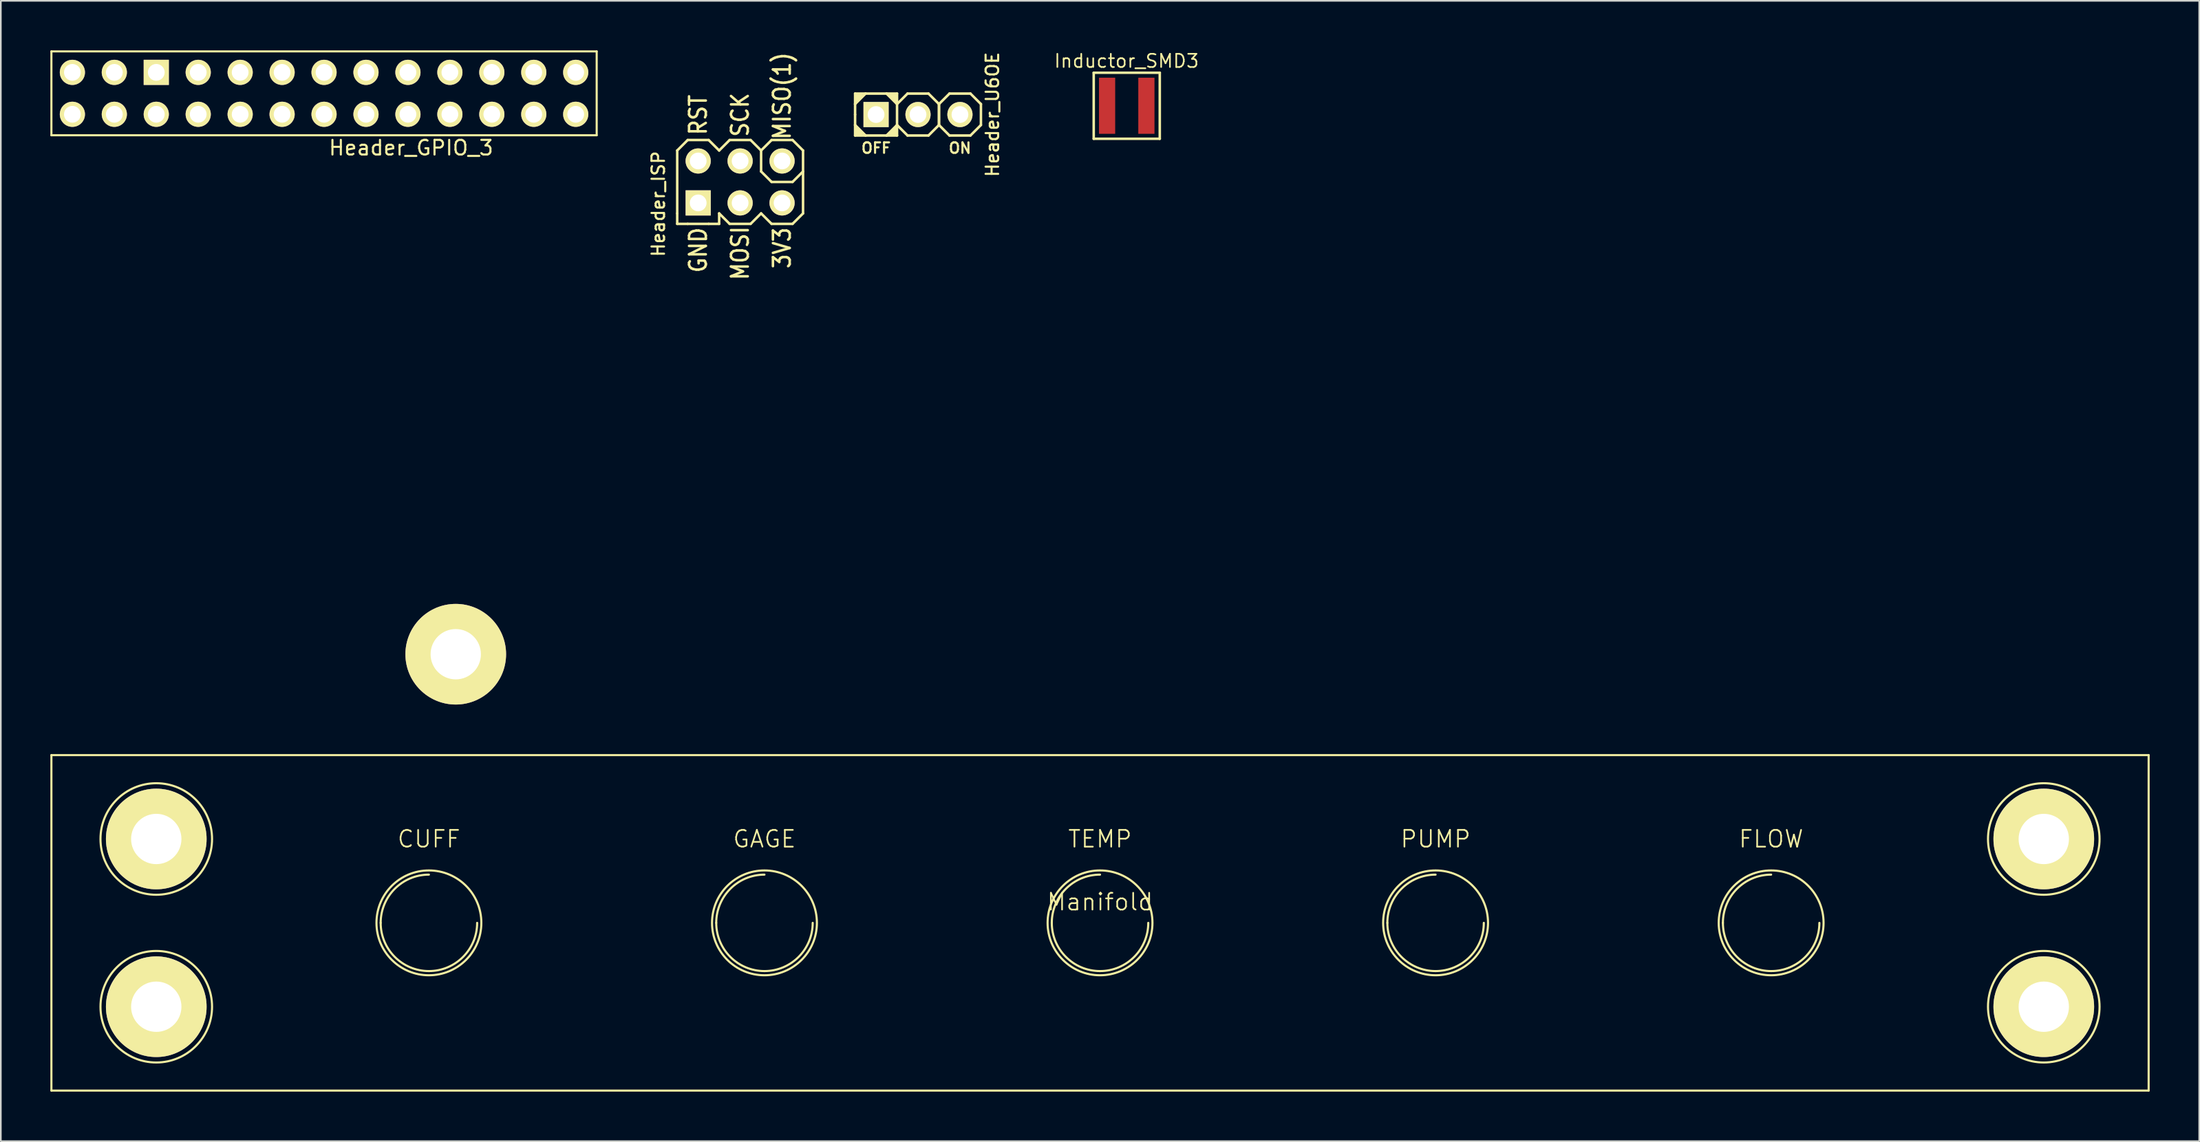
<source format=kicad_pcb>
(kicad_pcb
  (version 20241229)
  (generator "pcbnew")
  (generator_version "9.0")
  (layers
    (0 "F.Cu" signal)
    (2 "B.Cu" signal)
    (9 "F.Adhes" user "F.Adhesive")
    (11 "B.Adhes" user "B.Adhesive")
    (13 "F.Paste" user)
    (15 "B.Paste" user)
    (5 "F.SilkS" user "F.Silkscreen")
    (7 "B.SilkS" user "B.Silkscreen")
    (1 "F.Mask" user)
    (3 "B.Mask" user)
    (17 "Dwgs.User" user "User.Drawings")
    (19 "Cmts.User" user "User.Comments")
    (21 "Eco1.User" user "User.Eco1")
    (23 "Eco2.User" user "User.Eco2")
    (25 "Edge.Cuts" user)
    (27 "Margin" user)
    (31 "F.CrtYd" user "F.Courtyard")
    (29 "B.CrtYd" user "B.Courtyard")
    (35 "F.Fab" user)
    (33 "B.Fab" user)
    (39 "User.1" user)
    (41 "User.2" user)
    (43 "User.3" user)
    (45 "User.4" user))
  (footprint "Header_U6OE"
    (layer "F.Cu")
    (at 52.541 3.888)
    (property "Reference" "Header_U6OE" (at 4.508 0 90) (layer "F.SilkS") (effects (font (size 0.762 0.762) (thickness 0.127))))
    (attr smd)
    (fp_line (start -3.81 -1.27) (end -3.175 -1.27) (stroke (width 0.152) (type solid)) (layer "F.SilkS"))
    (fp_line (start -3.81 -0.635) (end -3.81 -1.27) (stroke (width 0.152) (type solid)) (layer "F.SilkS"))
    (fp_line (start -3.81 -0.635) (end -3.81 0) (stroke (width 0.152) (type solid)) (layer "F.SilkS"))
    (fp_line (start -3.81 0) (end -3.81 0.635) (stroke (width 0.152) (type solid)) (layer "F.SilkS"))
    (fp_line (start -3.81 0.635) (end -3.175 1.27) (stroke (width 0.152) (type solid)) (layer "F.SilkS"))
    (fp_line (start -3.81 1.27) (end -3.81 0.635) (stroke (width 0.152) (type solid)) (layer "F.SilkS"))
    (fp_line (start -3.683 -1.206) (end -3.683 -0.826) (stroke (width 0.152) (type solid)) (layer "F.SilkS"))
    (fp_line (start -3.683 1.206) (end -3.683 0.826) (stroke (width 0.152) (type solid)) (layer "F.SilkS"))
    (fp_line (start -3.556 -1.206) (end -3.556 -0.953) (stroke (width 0.152) (type solid)) (layer "F.SilkS"))
    (fp_line (start -3.556 1.206) (end -3.556 0.953) (stroke (width 0.152) (type solid)) (layer "F.SilkS"))
    (fp_line (start -3.429 -1.206) (end -3.429 -1.079) (stroke (width 0.152) (type solid)) (layer "F.SilkS"))
    (fp_line (start -3.429 1.206) (end -3.429 1.079) (stroke (width 0.152) (type solid)) (layer "F.SilkS"))
    (fp_line (start -3.175 -1.27) (end -3.81 -0.635) (stroke (width 0.152) (type solid)) (layer "F.SilkS"))
    (fp_line (start -3.175 1.27) (end -3.81 1.27) (stroke (width 0.152) (type solid)) (layer "F.SilkS"))
    (fp_line (start -3.175 1.27) (end -1.905 1.27) (stroke (width 0.152) (type solid)) (layer "F.SilkS"))
    (fp_line (start -1.905 -1.27) (end -3.175 -1.27) (stroke (width 0.152) (type solid)) (layer "F.SilkS"))
    (fp_line (start -1.905 -1.27) (end -1.27 -1.27) (stroke (width 0.152) (type solid)) (layer "F.SilkS"))
    (fp_line (start -1.905 1.27) (end -1.27 0.635) (stroke (width 0.152) (type solid)) (layer "F.SilkS"))
    (fp_line (start -1.651 -1.206) (end -1.651 -1.079) (stroke (width 0.152) (type solid)) (layer "F.SilkS"))
    (fp_line (start -1.651 1.206) (end -1.651 1.079) (stroke (width 0.152) (type solid)) (layer "F.SilkS"))
    (fp_line (start -1.524 -1.206) (end -1.524 -0.953) (stroke (width 0.152) (type solid)) (layer "F.SilkS"))
    (fp_line (start -1.524 1.206) (end -1.524 0.953) (stroke (width 0.152) (type solid)) (layer "F.SilkS"))
    (fp_line (start -1.397 -1.206) (end -1.397 -0.826) (stroke (width 0.152) (type solid)) (layer "F.SilkS"))
    (fp_line (start -1.397 1.206) (end -1.397 0.826) (stroke (width 0.152) (type solid)) (layer "F.SilkS"))
    (fp_line (start -1.27 -1.27) (end -1.27 -0.699) (stroke (width 0.152) (type solid)) (layer "F.SilkS"))
    (fp_line (start -1.27 -0.635) (end -1.905 -1.27) (stroke (width 0.152) (type solid)) (layer "F.SilkS"))
    (fp_line (start -1.27 -0.635) (end -1.27 0.635) (stroke (width 0.152) (type solid)) (layer "F.SilkS"))
    (fp_line (start -1.27 0.635) (end -1.27 1.27) (stroke (width 0.152) (type solid)) (layer "F.SilkS"))
    (fp_line (start -1.27 0.635) (end -0.635 1.27) (stroke (width 0.152) (type solid)) (layer "F.SilkS"))
    (fp_line (start -1.27 1.27) (end -1.905 1.27) (stroke (width 0.152) (type solid)) (layer "F.SilkS"))
    (fp_line (start -0.635 -1.27) (end -1.27 -0.635) (stroke (width 0.152) (type solid)) (layer "F.SilkS"))
    (fp_line (start -0.635 1.27) (end 0.635 1.27) (stroke (width 0.152) (type solid)) (layer "F.SilkS"))
    (fp_line (start 0.635 -1.27) (end -0.635 -1.27) (stroke (width 0.152) (type solid)) (layer "F.SilkS"))
    (fp_line (start 0.635 1.27) (end 1.27 0.635) (stroke (width 0.152) (type solid)) (layer "F.SilkS"))
    (fp_line (start 1.27 -0.635) (end 0.635 -1.27) (stroke (width 0.152) (type solid)) (layer "F.SilkS"))
    (fp_line (start 1.27 -0.635) (end 1.27 0.635) (stroke (width 0.152) (type solid)) (layer "F.SilkS"))
    (fp_line (start 1.27 0.635) (end 1.27 -0.635) (stroke (width 0.152) (type solid)) (layer "F.SilkS"))
    (fp_line (start 1.27 0.635) (end 1.905 1.27) (stroke (width 0.152) (type solid)) (layer "F.SilkS"))
    (fp_line (start 1.905 -1.27) (end 1.27 -0.635) (stroke (width 0.152) (type solid)) (layer "F.SilkS"))
    (fp_line (start 1.905 1.27) (end 3.175 1.27) (stroke (width 0.152) (type solid)) (layer "F.SilkS"))
    (fp_line (start 3.175 -1.27) (end 1.905 -1.27) (stroke (width 0.152) (type solid)) (layer "F.SilkS"))
    (fp_line (start 3.175 1.27) (end 3.81 0.635) (stroke (width 0.152) (type solid)) (layer "F.SilkS"))
    (fp_line (start 3.81 -0.635) (end 3.175 -1.27) (stroke (width 0.152) (type solid)) (layer "F.SilkS"))
    (fp_line (start 3.81 0.635) (end 3.81 -0.635) (stroke (width 0.152) (type solid)) (layer "F.SilkS"))
    (fp_text user "ON" (at 2.54 2.032 0) (layer "F.SilkS") (effects (font (size 0.635 0.635) (thickness 0.127))))
    (fp_text user "OFF" (at -2.54 2.032 0) (layer "F.SilkS") (effects (font (size 0.635 0.635) (thickness 0.127))))
    (pad "1" thru_hole circle (at 2.54 0) (size 1.524 1.524) (drill 1.016) (layers "*.Cu" "*.Mask" "F.SilkS"))
    (pad "2" thru_hole circle (at 0 0) (size 1.524 1.524) (drill 1.016) (layers "*.Cu" "*.Mask" "F.SilkS"))
    (pad "3" thru_hole rect (at -2.54 0) (size 1.524 1.524) (drill 1.016) (layers "*.Cu" "*.Mask" "F.SilkS")))
  (footprint "Header_ISP"
    (layer "F.Cu")
    (at 41.769 7.971)
    (property "Reference" "Header_ISP" (at -4.953 1.333 90) (layer "F.SilkS") (effects (font (size 0.762 0.762) (thickness 0.127))))
    (attr smd)
    (fp_line (start -3.81 -1.905) (end -3.175 -2.54) (stroke (width 0.152) (type solid)) (layer "F.SilkS"))
    (fp_line (start -3.81 1.905) (end -3.81 -1.905) (stroke (width 0.152) (type solid)) (layer "F.SilkS"))
    (fp_line (start -3.81 2.54) (end -3.81 1.905) (stroke (width 0.152) (type solid)) (layer "F.SilkS"))
    (fp_line (start -3.175 -2.54) (end -1.905 -2.54) (stroke (width 0.152) (type solid)) (layer "F.SilkS"))
    (fp_line (start -3.175 2.54) (end -3.81 2.54) (stroke (width 0.152) (type solid)) (layer "F.SilkS"))
    (fp_line (start -1.905 -2.54) (end -1.27 -1.905) (stroke (width 0.152) (type solid)) (layer "F.SilkS"))
    (fp_line (start -1.905 2.54) (end -3.175 2.54) (stroke (width 0.152) (type solid)) (layer "F.SilkS"))
    (fp_line (start -1.905 2.54) (end -1.27 2.54) (stroke (width 0.152) (type solid)) (layer "F.SilkS"))
    (fp_line (start -1.27 -1.905) (end -0.635 -2.54) (stroke (width 0.152) (type solid)) (layer "F.SilkS"))
    (fp_line (start -1.27 2.54) (end -1.27 1.905) (stroke (width 0.152) (type solid)) (layer "F.SilkS"))
    (fp_line (start -0.635 -2.54) (end 0.635 -2.54) (stroke (width 0.152) (type solid)) (layer "F.SilkS"))
    (fp_line (start -0.635 2.54) (end -1.27 1.905) (stroke (width 0.152) (type solid)) (layer "F.SilkS"))
    (fp_line (start 0.635 -2.54) (end 1.27 -1.905) (stroke (width 0.152) (type solid)) (layer "F.SilkS"))
    (fp_line (start 0.635 2.54) (end -0.635 2.54) (stroke (width 0.152) (type solid)) (layer "F.SilkS"))
    (fp_line (start 1.27 -1.905) (end 1.27 -0.635) (stroke (width 0.152) (type solid)) (layer "F.SilkS"))
    (fp_line (start 1.27 -1.905) (end 1.905 -2.54) (stroke (width 0.152) (type solid)) (layer "F.SilkS"))
    (fp_line (start 1.27 -0.635) (end 1.905 0) (stroke (width 0.152) (type solid)) (layer "F.SilkS"))
    (fp_line (start 1.27 1.905) (end 0.635 2.54) (stroke (width 0.152) (type solid)) (layer "F.SilkS"))
    (fp_line (start 1.905 -2.54) (end 3.175 -2.54) (stroke (width 0.152) (type solid)) (layer "F.SilkS"))
    (fp_line (start 1.905 0) (end 3.175 0) (stroke (width 0.152) (type solid)) (layer "F.SilkS"))
    (fp_line (start 1.905 2.54) (end 1.27 1.905) (stroke (width 0.152) (type solid)) (layer "F.SilkS"))
    (fp_line (start 3.175 -2.54) (end 3.81 -1.905) (stroke (width 0.152) (type solid)) (layer "F.SilkS"))
    (fp_line (start 3.175 0) (end 3.81 -0.635) (stroke (width 0.152) (type solid)) (layer "F.SilkS"))
    (fp_line (start 3.175 2.54) (end 1.905 2.54) (stroke (width 0.152) (type solid)) (layer "F.SilkS"))
    (fp_line (start 3.81 -1.905) (end 3.81 1.905) (stroke (width 0.152) (type solid)) (layer "F.SilkS"))
    (fp_line (start 3.81 1.905) (end 3.175 2.54) (stroke (width 0.152) (type solid)) (layer "F.SilkS"))
    (fp_text user "GND" (at -2.54 4.128 270) (layer "F.SilkS") (effects (font (size 1.016 0.889) (thickness 0.152))))
    (fp_text user "SCK" (at 0 -4.064 270) (layer "F.SilkS") (effects (font (size 1.016 0.889) (thickness 0.152))))
    (fp_text user "RST" (at -2.54 -4.064 270) (layer "F.SilkS") (effects (font (size 1.016 0.889) (thickness 0.152))))
    (fp_text user "3V3" (at 2.54 4 270) (layer "F.SilkS") (effects (font (size 1.016 0.889) (thickness 0.152))))
    (fp_text user "MOSI" (at 0 4.318 270) (layer "F.SilkS") (effects (font (size 1.016 0.889) (thickness 0.152))))
    (fp_text user "MISO(1)" (at 2.54 -5.207 270) (layer "F.SilkS") (effects (font (size 1.016 0.889) (thickness 0.152))))
    (pad "1" thru_hole circle (at 2.54 -1.27) (size 1.524 1.524) (drill 1.016) (layers "*.Cu" "*.Mask" "F.SilkS"))
    (pad "2" thru_hole circle (at 2.54 1.27) (size 1.524 1.524) (drill 1.016) (layers "*.Cu" "*.Mask" "F.SilkS"))
    (pad "3" thru_hole circle (at 0 -1.27) (size 1.524 1.524) (drill 1.016) (layers "*.Cu" "*.Mask" "F.SilkS"))
    (pad "4" thru_hole circle (at 0 1.27) (size 1.524 1.524) (drill 1.016) (layers "*.Cu" "*.Mask" "F.SilkS"))
    (pad "5" thru_hole circle (at -2.54 -1.27) (size 1.524 1.524) (drill 1.016) (layers "*.Cu" "*.Mask" "F.SilkS"))
    (pad "6" thru_hole rect (at -2.54 1.27) (size 1.524 1.524) (drill 1.016) (layers "*.Cu" "*.Mask" "F.SilkS")))
  (footprint "Header_GPIO_3"
    (layer "F.Cu")
    (at 16.573 2.603)
    (property "Reference" "Header_GPIO_3" (at 5.271 3.302 0) (layer "F.SilkS") (effects (font (size 0.889 0.889) (thickness 0.127))))
    (attr smd)
    (fp_line (start -16.51 -2.54) (end -16.51 2.54) (stroke (width 0.127) (type solid)) (layer "F.SilkS"))
    (fp_line (start -16.51 2.54) (end 16.51 2.54) (stroke (width 0.127) (type solid)) (layer "F.SilkS"))
    (fp_line (start 16.51 -2.54) (end -16.51 -2.54) (stroke (width 0.127) (type solid)) (layer "F.SilkS"))
    (fp_line (start 16.51 2.54) (end 16.51 -2.54) (stroke (width 0.127) (type solid)) (layer "F.SilkS"))
    (pad "" thru_hole circle (at 7.975 33.975) (size 6.096 6.096) (drill 3.048) (layers "*.Cu" "*.Mask" "F.SilkS"))
    (pad "1" thru_hole circle (at -15.24 1.27) (size 1.524 1.524) (drill 1.016) (layers "*.Cu" "*.Mask" "F.SilkS"))
    (pad "2" thru_hole circle (at -15.24 -1.27) (size 1.524 1.524) (drill 1.016) (layers "*.Cu" "*.Mask" "F.SilkS"))
    (pad "3" thru_hole circle (at -12.7 1.27) (size 1.524 1.524) (drill 1.016) (layers "*.Cu" "*.Mask" "F.SilkS"))
    (pad "4" thru_hole circle (at -12.7 -1.27) (size 1.524 1.524) (drill 1.016) (layers "*.Cu" "*.Mask" "F.SilkS"))
    (pad "5" thru_hole circle (at -10.16 1.27) (size 1.524 1.524) (drill 1.016) (layers "*.Cu" "*.Mask" "F.SilkS"))
    (pad "6" thru_hole rect (at -10.16 -1.27) (size 1.524 1.524) (drill 1.016) (layers "*.Cu" "*.Mask" "F.SilkS"))
    (pad "7" thru_hole circle (at -7.62 1.27) (size 1.524 1.524) (drill 1.016) (layers "*.Cu" "*.Mask" "F.SilkS"))
    (pad "8" thru_hole circle (at -7.62 -1.27) (size 1.524 1.524) (drill 1.016) (layers "*.Cu" "*.Mask" "F.SilkS"))
    (pad "9" thru_hole circle (at -5.08 1.27) (size 1.524 1.524) (drill 1.016) (layers "*.Cu" "*.Mask" "F.SilkS"))
    (pad "10" thru_hole circle (at -5.08 -1.27) (size 1.524 1.524) (drill 1.016) (layers "*.Cu" "*.Mask" "F.SilkS"))
    (pad "11" thru_hole circle (at -2.54 1.27) (size 1.524 1.524) (drill 1.016) (layers "*.Cu" "*.Mask" "F.SilkS"))
    (pad "12" thru_hole circle (at -2.54 -1.27) (size 1.524 1.524) (drill 1.016) (layers "*.Cu" "*.Mask" "F.SilkS"))
    (pad "13" thru_hole circle (at 0 1.27) (size 1.524 1.524) (drill 1.016) (layers "*.Cu" "*.Mask" "F.SilkS"))
    (pad "14" thru_hole circle (at 0 -1.27) (size 1.524 1.524) (drill 1.016) (layers "*.Cu" "*.Mask" "F.SilkS"))
    (pad "15" thru_hole circle (at 2.54 1.27) (size 1.524 1.524) (drill 1.016) (layers "*.Cu" "*.Mask" "F.SilkS"))
    (pad "16" thru_hole circle (at 2.54 -1.27) (size 1.524 1.524) (drill 1.016) (layers "*.Cu" "*.Mask" "F.SilkS"))
    (pad "17" thru_hole circle (at 5.08 1.27) (size 1.524 1.524) (drill 1.016) (layers "*.Cu" "*.Mask" "F.SilkS"))
    (pad "18" thru_hole circle (at 5.08 -1.27) (size 1.524 1.524) (drill 1.016) (layers "*.Cu" "*.Mask" "F.SilkS"))
    (pad "19" thru_hole circle (at 7.62 1.27) (size 1.524 1.524) (drill 1.016) (layers "*.Cu" "*.Mask" "F.SilkS"))
    (pad "20" thru_hole circle (at 7.62 -1.27) (size 1.524 1.524) (drill 1.016) (layers "*.Cu" "*.Mask" "F.SilkS"))
    (pad "21" thru_hole circle (at 10.16 1.27) (size 1.524 1.524) (drill 1.016) (layers "*.Cu" "*.Mask" "F.SilkS"))
    (pad "22" thru_hole circle (at 10.16 -1.27) (size 1.524 1.524) (drill 1.016) (layers "*.Cu" "*.Mask" "F.SilkS"))
    (pad "23" thru_hole circle (at 12.7 1.27) (size 1.524 1.524) (drill 1.016) (layers "*.Cu" "*.Mask" "F.SilkS"))
    (pad "24" thru_hole circle (at 12.7 -1.27) (size 1.524 1.524) (drill 1.016) (layers "*.Cu" "*.Mask" "F.SilkS"))
    (pad "25" thru_hole circle (at 15.24 1.27) (size 1.524 1.524) (drill 1.016) (layers "*.Cu" "*.Mask" "F.SilkS"))
    (pad "26" thru_hole circle (at 15.24 -1.27) (size 1.524 1.524) (drill 1.016) (layers "*.Cu" "*.Mask" "F.SilkS")))
  (footprint "Manifold"
    (layer "F.Cu")
    (at 63.563 52.85)
    (property "Reference" "Manifold" (at 0 -1.27 0) (layer "F.SilkS") (effects (font (size 1.016 1.016) (thickness 0.102))))
    (attr through_hole)
    (fp_line (start -63.5 -10.16) (end 63.5 -10.16) (stroke (width 0.127) (type solid)) (layer "F.SilkS"))
    (fp_line (start -63.5 10.16) (end -63.5 -10.16) (stroke (width 0.127) (type solid)) (layer "F.SilkS"))
    (fp_line (start 63.5 -10.16) (end 63.5 10.16) (stroke (width 0.127) (type solid)) (layer "F.SilkS"))
    (fp_line (start 63.5 10.16) (end -63.5 10.16) (stroke (width 0.127) (type solid)) (layer "F.SilkS"))
    (fp_arc (start -43.561 0) (mid -42.705459 -2.065459) (end -40.64 -2.921) (stroke (width 0.127) (type solid)) (layer "F.SilkS"))
    (fp_arc (start -40.64 2.921) (mid -42.705459 2.065459) (end -43.561 0) (stroke (width 0.127) (type solid)) (layer "F.SilkS"))
    (fp_arc (start -37.719 0) (mid -38.574541 2.065459) (end -40.64 2.921) (stroke (width 0.127) (type solid)) (layer "F.SilkS"))
    (fp_arc (start -23.241 0) (mid -22.385459 -2.065459) (end -20.32 -2.921) (stroke (width 0.127) (type solid)) (layer "F.SilkS"))
    (fp_arc (start -20.32 2.921) (mid -22.385459 2.065459) (end -23.241 0) (stroke (width 0.127) (type solid)) (layer "F.SilkS"))
    (fp_arc (start -17.399 0) (mid -18.254541 2.065459) (end -20.32 2.921) (stroke (width 0.127) (type solid)) (layer "F.SilkS"))
    (fp_arc (start -2.921 0) (mid -2.065459 -2.065459) (end 0 -2.921) (stroke (width 0.127) (type solid)) (layer "F.SilkS"))
    (fp_arc (start 0 2.921) (mid -2.065459 2.065459) (end -2.921 0) (stroke (width 0.127) (type solid)) (layer "F.SilkS"))
    (fp_arc (start 2.921 0) (mid 2.065459 2.065459) (end 0 2.921) (stroke (width 0.127) (type solid)) (layer "F.SilkS"))
    (fp_arc (start 17.399 0) (mid 18.254541 -2.065459) (end 20.32 -2.921) (stroke (width 0.127) (type solid)) (layer "F.SilkS"))
    (fp_arc (start 20.32 2.921) (mid 18.254541 2.065459) (end 17.399 0) (stroke (width 0.127) (type solid)) (layer "F.SilkS"))
    (fp_arc (start 23.241 0) (mid 22.385459 2.065459) (end 20.32 2.921) (stroke (width 0.127) (type solid)) (layer "F.SilkS"))
    (fp_arc (start 37.719 0) (mid 38.574541 -2.065459) (end 40.64 -2.921) (stroke (width 0.127) (type solid)) (layer "F.SilkS"))
    (fp_arc (start 40.64 2.921) (mid 38.574541 2.065459) (end 37.719 0) (stroke (width 0.127) (type solid)) (layer "F.SilkS"))
    (fp_arc (start 43.561 0) (mid 42.705459 2.065459) (end 40.64 2.921) (stroke (width 0.127) (type solid)) (layer "F.SilkS"))
    (fp_circle (center -57.15 -5.08) (end -60.528 -5.08) (stroke (width 0.127) (type solid)) (fill no) (layer "F.SilkS"))
    (fp_circle (center -57.15 5.08) (end -60.528 5.08) (stroke (width 0.127) (type solid)) (fill no) (layer "F.SilkS"))
    (fp_circle (center -40.64 0) (end -43.815 0) (stroke (width 0.127) (type solid)) (fill no) (layer "F.SilkS"))
    (fp_circle (center -20.32 0) (end -23.495 0) (stroke (width 0.127) (type solid)) (fill no) (layer "F.SilkS"))
    (fp_circle (center 0 0) (end -3.175 0) (stroke (width 0.127) (type solid)) (fill no) (layer "F.SilkS"))
    (fp_circle (center 20.32 0) (end 17.145 0) (stroke (width 0.127) (type solid)) (fill no) (layer "F.SilkS"))
    (fp_circle (center 40.64 0) (end 37.465 0) (stroke (width 0.127) (type solid)) (fill no) (layer "F.SilkS"))
    (fp_circle (center 57.15 -5.08) (end 60.528 -5.08) (stroke (width 0.127) (type solid)) (fill no) (layer "F.SilkS"))
    (fp_circle (center 57.15 5.08) (end 60.528 5.08) (stroke (width 0.127) (type solid)) (fill no) (layer "F.SilkS"))
    (fp_text user "TEMP" (at 0 -5.08 0) (layer "F.SilkS") (effects (font (size 1.016 1.016) (thickness 0.102))))
    (fp_text user "FLOW" (at 40.64 -5.08 0) (layer "F.SilkS") (effects (font (size 1.016 1.016) (thickness 0.102))))
    (fp_text user "CUFF" (at -40.64 -5.08 0) (layer "F.SilkS") (effects (font (size 1.016 1.016) (thickness 0.102))))
    (fp_text user "PUMP" (at 20.32 -5.08 0) (layer "F.SilkS") (effects (font (size 1.016 1.016) (thickness 0.102))))
    (fp_text user "GAGE" (at -20.32 -5.08 0) (layer "F.SilkS") (effects (font (size 1.016 1.016) (thickness 0.102))))
    (pad "1" thru_hole circle (at -57.15 -5.08) (size 6.096 6.096) (drill 3.048) (layers "*.Cu" "*.Mask" "F.SilkS"))
    (pad "2" thru_hole circle (at -57.15 5.08) (size 6.096 6.096) (drill 3.048) (layers "*.Cu" "*.Mask" "F.SilkS"))
    (pad "3" thru_hole circle (at 57.15 5.08) (size 6.096 6.096) (drill 3.048) (layers "*.Cu" "*.Mask" "F.SilkS"))
    (pad "4" thru_hole circle (at 57.15 -5.08) (size 6.096 6.096) (drill 3.048) (layers "*.Cu" "*.Mask" "F.SilkS")))
  (footprint "Inductor_SMD3"
    (layer "F.Cu")
    (at 65.181 3.356)
    (property "Reference" "Inductor_SMD3" (at -0.012 -2.712 0) (layer "F.SilkS") (effects (font (size 0.8 0.8) (thickness 0.1))))
    (attr smd)
    (fp_line (start -2 -2) (end -2 2) (stroke (width 0.152) (type solid)) (layer "F.SilkS"))
    (fp_line (start -2 2) (end 2 2) (stroke (width 0.152) (type solid)) (layer "F.SilkS"))
    (fp_line (start 2 -2) (end -2 -2) (stroke (width 0.152) (type solid)) (layer "F.SilkS"))
    (fp_line (start 2 2) (end 2 -2) (stroke (width 0.152) (type solid)) (layer "F.SilkS"))
    (pad "1" smd rect (at -1.19 0) (size 0.98 3.4) (layers "F.Cu" "F.Mask" "F.Paste"))
    (pad "2" smd rect (at 1.19 0) (size 0.98 3.4) (layers "F.Cu" "F.Mask" "F.Paste")))
  (gr_rect
    (start -3 -3)
    (end 130.127 66.073)
    (stroke (width 0.1) (type default))
    (fill no)
    (layer "Edge.Cuts")))
</source>
